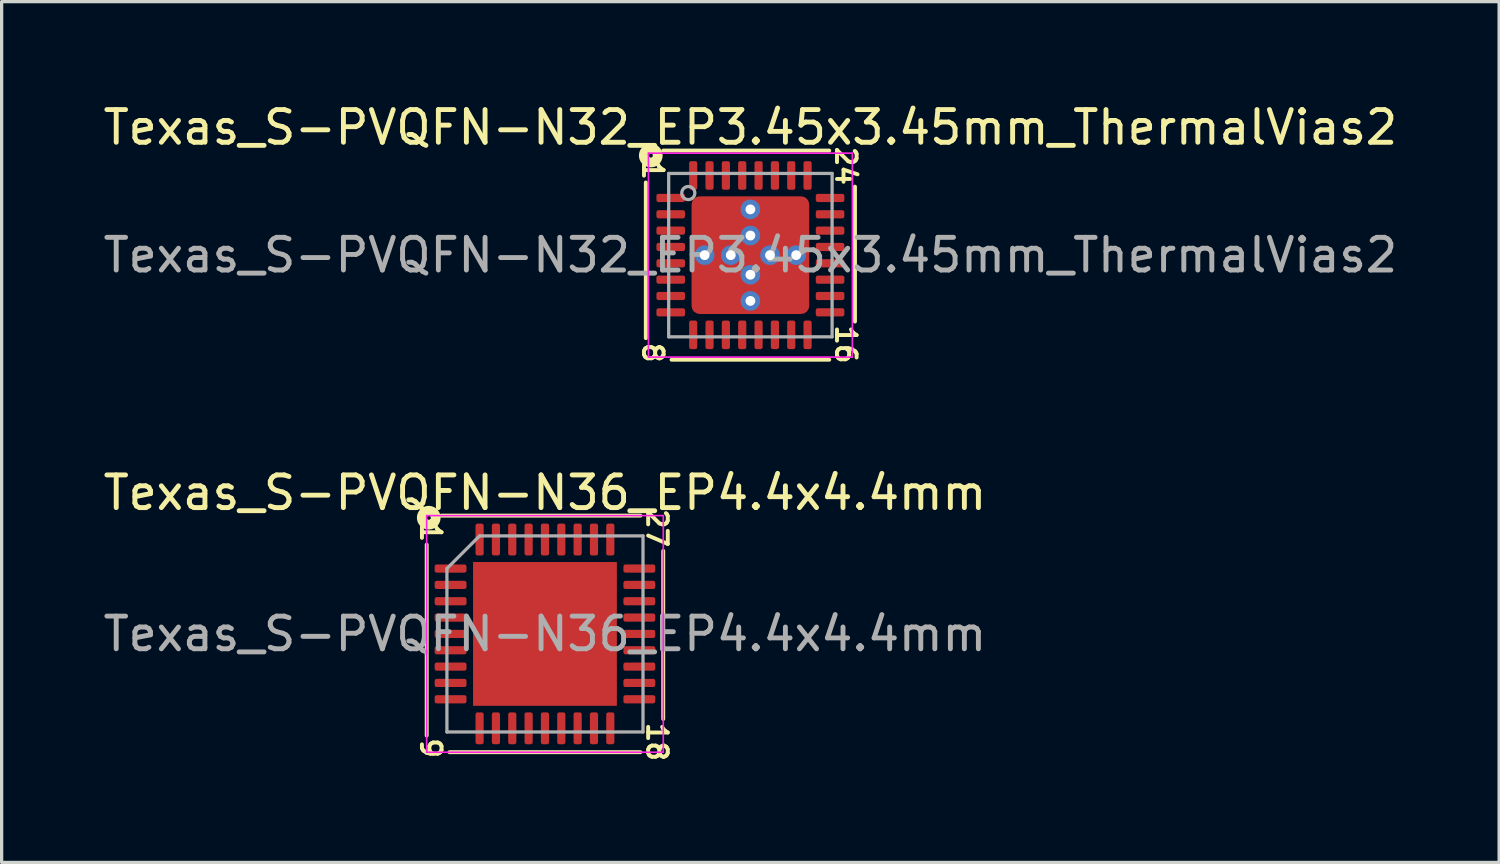
<source format=kicad_pcb>
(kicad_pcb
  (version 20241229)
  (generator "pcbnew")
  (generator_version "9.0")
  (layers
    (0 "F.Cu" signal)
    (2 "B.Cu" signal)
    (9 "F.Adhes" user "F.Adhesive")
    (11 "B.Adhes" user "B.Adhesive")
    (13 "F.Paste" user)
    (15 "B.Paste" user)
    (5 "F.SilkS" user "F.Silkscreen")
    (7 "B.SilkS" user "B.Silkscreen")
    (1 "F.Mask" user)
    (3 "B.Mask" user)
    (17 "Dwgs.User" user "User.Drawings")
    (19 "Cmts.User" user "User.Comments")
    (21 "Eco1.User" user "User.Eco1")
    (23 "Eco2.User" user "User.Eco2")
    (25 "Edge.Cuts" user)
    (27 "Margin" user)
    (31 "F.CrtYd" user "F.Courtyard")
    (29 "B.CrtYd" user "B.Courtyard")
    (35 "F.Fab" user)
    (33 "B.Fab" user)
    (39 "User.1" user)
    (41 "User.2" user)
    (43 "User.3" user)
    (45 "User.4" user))
  (footprint "Texas_S-PVQFN-N36_EP4.4x4.4mm"
    (layer "F.Cu")
    (at 13.625 16.347)
    (property "Reference" "Texas_S-PVQFN-N36_EP4.4x4.4mm" (at 0 -4.32 0) (layer "F.SilkS") (effects (font (size 1 1) (thickness 0.15))))
    (attr smd)
    (fp_line (start -3.619 -2.731) (end -3.619 3.111) (stroke (width 0.12) (type solid)) (layer "F.SilkS"))
    (fp_line (start -2.921 3.619) (end 2.921 3.619) (stroke (width 0.12) (type solid)) (layer "F.SilkS"))
    (fp_line (start 2.921 -3.619) (end -3.175 -3.619) (stroke (width 0.12) (type solid)) (layer "F.SilkS"))
    (fp_line (start 3.619 2.603) (end 3.619 -2.54) (stroke (width 0.12) (type solid)) (layer "F.SilkS"))
    (fp_circle (center -3.556 -3.556) (end -3.493 -3.556) (stroke (width 0.3) (type solid)) (fill no) (layer "F.SilkS"))
    (fp_line (start -3.62 -3.62) (end -3.62 3.62) (stroke (width 0.05) (type solid)) (layer "F.CrtYd"))
    (fp_line (start -3.62 3.62) (end 3.62 3.62) (stroke (width 0.05) (type solid)) (layer "F.CrtYd"))
    (fp_line (start 3.62 -3.62) (end -3.62 -3.62) (stroke (width 0.05) (type solid)) (layer "F.CrtYd"))
    (fp_line (start 3.62 3.62) (end 3.62 -3.62) (stroke (width 0.05) (type solid)) (layer "F.CrtYd"))
    (fp_line (start -3 -2) (end -2 -3) (stroke (width 0.1) (type solid)) (layer "F.Fab"))
    (fp_line (start -3 3) (end -3 -2) (stroke (width 0.1) (type solid)) (layer "F.Fab"))
    (fp_line (start -2 -3) (end 3 -3) (stroke (width 0.1) (type solid)) (layer "F.Fab"))
    (fp_line (start 3 -3) (end 3 3) (stroke (width 0.1) (type solid)) (layer "F.Fab"))
    (fp_line (start 3 3) (end -3 3) (stroke (width 0.1) (type solid)) (layer "F.Fab"))
    (fp_text user "18" (at 3.429 3.302 270) (unlocked yes) (layer "F.SilkS") (effects (font (size 0.6 0.6) (thickness 0.12))))
    (fp_text user "1" (at -3.493 -3.111 270) (unlocked yes) (layer "F.SilkS") (effects (font (size 0.6 0.6) (thickness 0.12))))
    (fp_text user "27" (at 3.429 -3.239 270) (unlocked yes) (layer "F.SilkS") (effects (font (size 0.6 0.6) (thickness 0.12))))
    (fp_text user "9" (at -3.493 3.493 270) (unlocked yes) (layer "F.SilkS") (effects (font (size 0.6 0.6) (thickness 0.12))))
    (fp_text user "${REFERENCE}" (at 0 0 0) (layer "F.Fab") (effects (font (size 1 1) (thickness 0.15))))
    (pad "" smd roundrect (at -1.47 -1.47) (size 1.18 1.18) (layers "F.Paste") (roundrect_rratio 0.212))
    (pad "" smd roundrect (at -1.47 0) (size 1.18 1.18) (layers "F.Paste") (roundrect_rratio 0.212))
    (pad "" smd roundrect (at -1.47 1.47) (size 1.18 1.18) (layers "F.Paste") (roundrect_rratio 0.212))
    (pad "" smd roundrect (at 0 -1.47) (size 1.18 1.18) (layers "F.Paste") (roundrect_rratio 0.212))
    (pad "" smd roundrect (at 0 0) (size 1.18 1.18) (layers "F.Paste") (roundrect_rratio 0.212))
    (pad "" smd roundrect (at 0 1.47) (size 1.18 1.18) (layers "F.Paste") (roundrect_rratio 0.212))
    (pad "" smd roundrect (at 1.47 -1.47) (size 1.18 1.18) (layers "F.Paste") (roundrect_rratio 0.212))
    (pad "" smd roundrect (at 1.47 0) (size 1.18 1.18) (layers "F.Paste") (roundrect_rratio 0.212))
    (pad "" smd roundrect (at 1.47 1.47) (size 1.18 1.18) (layers "F.Paste") (roundrect_rratio 0.212))
    (pad "1" smd roundrect (at -2.888 -2) (size 0.975 0.25) (layers "F.Cu" "F.Mask" "F.Paste") (roundrect_rratio 0.25))
    (pad "2" smd roundrect (at -2.888 -1.5) (size 0.975 0.25) (layers "F.Cu" "F.Mask" "F.Paste") (roundrect_rratio 0.25))
    (pad "3" smd roundrect (at -2.888 -1) (size 0.975 0.25) (layers "F.Cu" "F.Mask" "F.Paste") (roundrect_rratio 0.25))
    (pad "4" smd roundrect (at -2.888 -0.5) (size 0.975 0.25) (layers "F.Cu" "F.Mask" "F.Paste") (roundrect_rratio 0.25))
    (pad "5" smd roundrect (at -2.888 0) (size 0.975 0.25) (layers "F.Cu" "F.Mask" "F.Paste") (roundrect_rratio 0.25))
    (pad "6" smd roundrect (at -2.888 0.5) (size 0.975 0.25) (layers "F.Cu" "F.Mask" "F.Paste") (roundrect_rratio 0.25))
    (pad "7" smd roundrect (at -2.888 1) (size 0.975 0.25) (layers "F.Cu" "F.Mask" "F.Paste") (roundrect_rratio 0.25))
    (pad "8" smd roundrect (at -2.888 1.5) (size 0.975 0.25) (layers "F.Cu" "F.Mask" "F.Paste") (roundrect_rratio 0.25))
    (pad "9" smd roundrect (at -2.888 2) (size 0.975 0.25) (layers "F.Cu" "F.Mask" "F.Paste") (roundrect_rratio 0.25))
    (pad "10" smd roundrect (at -2 2.888) (size 0.25 0.975) (layers "F.Cu" "F.Mask" "F.Paste") (roundrect_rratio 0.25))
    (pad "11" smd roundrect (at -1.5 2.888) (size 0.25 0.975) (layers "F.Cu" "F.Mask" "F.Paste") (roundrect_rratio 0.25))
    (pad "12" smd roundrect (at -1 2.888) (size 0.25 0.975) (layers "F.Cu" "F.Mask" "F.Paste") (roundrect_rratio 0.25))
    (pad "13" smd roundrect (at -0.5 2.888) (size 0.25 0.975) (layers "F.Cu" "F.Mask" "F.Paste") (roundrect_rratio 0.25))
    (pad "14" smd roundrect (at 0 2.888) (size 0.25 0.975) (layers "F.Cu" "F.Mask" "F.Paste") (roundrect_rratio 0.25))
    (pad "15" smd roundrect (at 0.5 2.888) (size 0.25 0.975) (layers "F.Cu" "F.Mask" "F.Paste") (roundrect_rratio 0.25))
    (pad "16" smd roundrect (at 1 2.888) (size 0.25 0.975) (layers "F.Cu" "F.Mask" "F.Paste") (roundrect_rratio 0.25))
    (pad "17" smd roundrect (at 1.5 2.888) (size 0.25 0.975) (layers "F.Cu" "F.Mask" "F.Paste") (roundrect_rratio 0.25))
    (pad "18" smd roundrect (at 2 2.888) (size 0.25 0.975) (layers "F.Cu" "F.Mask" "F.Paste") (roundrect_rratio 0.25))
    (pad "19" smd roundrect (at 2.888 2) (size 0.975 0.25) (layers "F.Cu" "F.Mask" "F.Paste") (roundrect_rratio 0.25))
    (pad "20" smd roundrect (at 2.888 1.5) (size 0.975 0.25) (layers "F.Cu" "F.Mask" "F.Paste") (roundrect_rratio 0.25))
    (pad "21" smd roundrect (at 2.888 1) (size 0.975 0.25) (layers "F.Cu" "F.Mask" "F.Paste") (roundrect_rratio 0.25))
    (pad "22" smd roundrect (at 2.888 0.5) (size 0.975 0.25) (layers "F.Cu" "F.Mask" "F.Paste") (roundrect_rratio 0.25))
    (pad "23" smd roundrect (at 2.888 0) (size 0.975 0.25) (layers "F.Cu" "F.Mask" "F.Paste") (roundrect_rratio 0.25))
    (pad "24" smd roundrect (at 2.888 -0.5) (size 0.975 0.25) (layers "F.Cu" "F.Mask" "F.Paste") (roundrect_rratio 0.25))
    (pad "25" smd roundrect (at 2.888 -1) (size 0.975 0.25) (layers "F.Cu" "F.Mask" "F.Paste") (roundrect_rratio 0.25))
    (pad "26" smd roundrect (at 2.888 -1.5) (size 0.975 0.25) (layers "F.Cu" "F.Mask" "F.Paste") (roundrect_rratio 0.25))
    (pad "27" smd roundrect (at 2.888 -2) (size 0.975 0.25) (layers "F.Cu" "F.Mask" "F.Paste") (roundrect_rratio 0.25))
    (pad "28" smd roundrect (at 2 -2.888) (size 0.25 0.975) (layers "F.Cu" "F.Mask" "F.Paste") (roundrect_rratio 0.25))
    (pad "29" smd roundrect (at 1.5 -2.888) (size 0.25 0.975) (layers "F.Cu" "F.Mask" "F.Paste") (roundrect_rratio 0.25))
    (pad "30" smd roundrect (at 1 -2.888) (size 0.25 0.975) (layers "F.Cu" "F.Mask" "F.Paste") (roundrect_rratio 0.25))
    (pad "31" smd roundrect (at 0.5 -2.888) (size 0.25 0.975) (layers "F.Cu" "F.Mask" "F.Paste") (roundrect_rratio 0.25))
    (pad "32" smd roundrect (at 0 -2.888) (size 0.25 0.975) (layers "F.Cu" "F.Mask" "F.Paste") (roundrect_rratio 0.25))
    (pad "33" smd roundrect (at -0.5 -2.888) (size 0.25 0.975) (layers "F.Cu" "F.Mask" "F.Paste") (roundrect_rratio 0.25))
    (pad "34" smd roundrect (at -1 -2.888) (size 0.25 0.975) (layers "F.Cu" "F.Mask" "F.Paste") (roundrect_rratio 0.25))
    (pad "35" smd roundrect (at -1.5 -2.888) (size 0.25 0.975) (layers "F.Cu" "F.Mask" "F.Paste") (roundrect_rratio 0.25))
    (pad "36" smd roundrect (at -2 -2.888) (size 0.25 0.975) (layers "F.Cu" "F.Mask" "F.Paste") (roundrect_rratio 0.25))
    (pad "37" smd rect (at 0 0) (size 4.4 4.4) (layers "F.Cu" "F.Mask")))
  (footprint "Texas_S-PVQFN-N32_EP3.45x3.45mm_ThermalVias2"
    (layer "F.Cu")
    (at 19.911 4.757)
    (property "Reference" "Texas_S-PVQFN-N32_EP3.45x3.45mm_ThermalVias2" (at 0 -3.909 0) (layer "F.SilkS") (effects (font (size 1 1) (thickness 0.15))))
    (attr smd)
    (fp_line (start -3.2 -2.223) (end -3.2 2.54) (stroke (width 0.12) (type solid)) (layer "F.SilkS"))
    (fp_line (start -2.413 3.2) (end 2.413 3.2) (stroke (width 0.12) (type solid)) (layer "F.SilkS"))
    (fp_line (start 2.413 -3.2) (end -2.667 -3.2) (stroke (width 0.12) (type solid)) (layer "F.SilkS"))
    (fp_line (start 3.2 2.032) (end 3.2 -2.095) (stroke (width 0.12) (type solid)) (layer "F.SilkS"))
    (fp_circle (center -3.048 -3.048) (end -2.985 -3.048) (stroke (width 0.3) (type solid)) (fill no) (layer "F.SilkS"))
    (fp_line (start -3.12 -3.12) (end -3.12 3.12) (stroke (width 0.05) (type solid)) (layer "F.CrtYd"))
    (fp_line (start -3.12 3.12) (end 3.12 3.12) (stroke (width 0.05) (type solid)) (layer "F.CrtYd"))
    (fp_line (start 3.12 -3.12) (end -3.12 -3.12) (stroke (width 0.05) (type solid)) (layer "F.CrtYd"))
    (fp_line (start 3.12 3.12) (end 3.12 -3.12) (stroke (width 0.05) (type solid)) (layer "F.CrtYd"))
    (fp_line (start -2.5 -2.5) (end 2.5 -2.5) (stroke (width 0.1) (type solid)) (layer "F.Fab"))
    (fp_line (start -2.5 2.5) (end -2.5 -2.5) (stroke (width 0.1) (type solid)) (layer "F.Fab"))
    (fp_line (start 2.5 -2.5) (end 2.5 2.5) (stroke (width 0.1) (type solid)) (layer "F.Fab"))
    (fp_line (start 2.5 2.5) (end -2.5 2.5) (stroke (width 0.1) (type solid)) (layer "F.Fab"))
    (fp_circle (center -1.9 -1.9) (end -1.7 -1.9) (stroke (width 0.1) (type solid)) (fill no) (layer "F.Fab"))
    (fp_text user "1" (at -2.985 -2.603 270) (unlocked yes) (layer "F.SilkS") (effects (font (size 0.6 0.6) (thickness 0.12))))
    (fp_text user "24" (at 2.921 -2.731 270) (unlocked yes) (layer "F.SilkS") (effects (font (size 0.6 0.6) (thickness 0.12))))
    (fp_text user "8" (at -2.985 2.985 270) (unlocked yes) (layer "F.SilkS") (effects (font (size 0.6 0.6) (thickness 0.12))))
    (fp_text user "16" (at 2.921 2.731 270) (unlocked yes) (layer "F.SilkS") (effects (font (size 0.6 0.6) (thickness 0.12))))
    (fp_text user "${REFERENCE}" (at 0 0 0) (layer "F.Fab") (effects (font (size 1 1) (thickness 0.15))))
    (pad "" smd roundrect (at -1.337 -1.337) (size 0.475 0.475) (layers "F.Paste") (roundrect_rratio 0.25))
    (pad "" smd roundrect (at -1.337 0.662) (size 0.475 0.475) (layers "F.Paste") (roundrect_rratio 0.25))
    (pad "" smd roundrect (at -1.337 -0.662) (size 0.475 0.475) (layers "F.Paste") (roundrect_rratio 0.25))
    (pad "" smd roundrect (at -1.337 1.337) (size 0.475 0.475) (layers "F.Paste") (roundrect_rratio 0.25))
    (pad "" smd roundrect (at -1 -1 270) (size 1.4 1.4) (layers "F.Mask") (roundrect_rratio 0.179))
    (pad "" smd roundrect (at -1 1 270) (size 1.4 1.4) (layers "F.Mask") (roundrect_rratio 0.179))
    (pad "" smd roundrect (at -0.662 -1.337) (size 0.475 0.475) (layers "F.Paste") (roundrect_rratio 0.25))
    (pad "" smd roundrect (at -0.662 -0.662) (size 0.475 0.475) (layers "F.Paste") (roundrect_rratio 0.25))
    (pad "" smd roundrect (at -0.662 0.662) (size 0.475 0.475) (layers "F.Paste") (roundrect_rratio 0.25))
    (pad "" smd roundrect (at -0.662 1.337) (size 0.475 0.475) (layers "F.Paste") (roundrect_rratio 0.25))
    (pad "" smd roundrect (at 0.662 -1.337) (size 0.475 0.475) (layers "F.Paste") (roundrect_rratio 0.25))
    (pad "" smd roundrect (at 0.662 -0.662) (size 0.475 0.475) (layers "F.Paste") (roundrect_rratio 0.25))
    (pad "" smd roundrect (at 0.662 0.662) (size 0.475 0.475) (layers "F.Paste") (roundrect_rratio 0.25))
    (pad "" smd roundrect (at 0.662 1.337) (size 0.475 0.475) (layers "F.Paste") (roundrect_rratio 0.25))
    (pad "" smd roundrect (at 1 -1 270) (size 1.4 1.4) (layers "F.Mask") (roundrect_rratio 0.179))
    (pad "" smd roundrect (at 1 1 270) (size 1.4 1.4) (layers "F.Mask") (roundrect_rratio 0.179))
    (pad "" smd roundrect (at 1.337 -1.337) (size 0.475 0.475) (layers "F.Paste") (roundrect_rratio 0.25))
    (pad "" smd roundrect (at 1.337 0.662) (size 0.475 0.475) (layers "F.Paste") (roundrect_rratio 0.25))
    (pad "" smd roundrect (at 1.337 -0.662) (size 0.475 0.475) (layers "F.Paste") (roundrect_rratio 0.25))
    (pad "" smd roundrect (at 1.337 1.337) (size 0.475 0.475) (layers "F.Paste") (roundrect_rratio 0.25))
    (pad "1" smd roundrect (at -2.438 -1.75) (size 0.875 0.25) (layers "F.Cu" "F.Mask" "F.Paste") (roundrect_rratio 0.25))
    (pad "2" smd roundrect (at -2.438 -1.25) (size 0.875 0.25) (layers "F.Cu" "F.Mask" "F.Paste") (roundrect_rratio 0.25))
    (pad "3" smd roundrect (at -2.438 -0.75) (size 0.875 0.25) (layers "F.Cu" "F.Mask" "F.Paste") (roundrect_rratio 0.25))
    (pad "4" smd roundrect (at -2.438 -0.25) (size 0.875 0.25) (layers "F.Cu" "F.Mask" "F.Paste") (roundrect_rratio 0.25))
    (pad "5" smd roundrect (at -2.438 0.25) (size 0.875 0.25) (layers "F.Cu" "F.Mask" "F.Paste") (roundrect_rratio 0.25))
    (pad "6" smd roundrect (at -2.438 0.75) (size 0.875 0.25) (layers "F.Cu" "F.Mask" "F.Paste") (roundrect_rratio 0.25))
    (pad "7" smd roundrect (at -2.438 1.25) (size 0.875 0.25) (layers "F.Cu" "F.Mask" "F.Paste") (roundrect_rratio 0.25))
    (pad "8" smd roundrect (at -2.438 1.75) (size 0.875 0.25) (layers "F.Cu" "F.Mask" "F.Paste") (roundrect_rratio 0.25))
    (pad "9" smd roundrect (at -1.75 2.438) (size 0.25 0.875) (layers "F.Cu" "F.Mask" "F.Paste") (roundrect_rratio 0.25))
    (pad "10" smd roundrect (at -1.25 2.438) (size 0.25 0.875) (layers "F.Cu" "F.Mask" "F.Paste") (roundrect_rratio 0.25))
    (pad "11" smd roundrect (at -0.75 2.438) (size 0.25 0.875) (layers "F.Cu" "F.Mask" "F.Paste") (roundrect_rratio 0.25))
    (pad "12" smd roundrect (at -0.25 2.438) (size 0.25 0.875) (layers "F.Cu" "F.Mask" "F.Paste") (roundrect_rratio 0.25))
    (pad "13" smd roundrect (at 0.25 2.438) (size 0.25 0.875) (layers "F.Cu" "F.Mask" "F.Paste") (roundrect_rratio 0.25))
    (pad "14" smd roundrect (at 0.75 2.438) (size 0.25 0.875) (layers "F.Cu" "F.Mask" "F.Paste") (roundrect_rratio 0.25))
    (pad "15" smd roundrect (at 1.25 2.438) (size 0.25 0.875) (layers "F.Cu" "F.Mask" "F.Paste") (roundrect_rratio 0.25))
    (pad "16" smd roundrect (at 1.75 2.438) (size 0.25 0.875) (layers "F.Cu" "F.Mask" "F.Paste") (roundrect_rratio 0.25))
    (pad "17" smd roundrect (at 2.438 1.75) (size 0.875 0.25) (layers "F.Cu" "F.Mask" "F.Paste") (roundrect_rratio 0.25))
    (pad "18" smd roundrect (at 2.438 1.25) (size 0.875 0.25) (layers "F.Cu" "F.Mask" "F.Paste") (roundrect_rratio 0.25))
    (pad "19" smd roundrect (at 2.438 0.75) (size 0.875 0.25) (layers "F.Cu" "F.Mask" "F.Paste") (roundrect_rratio 0.25))
    (pad "20" smd roundrect (at 2.438 0.25) (size 0.875 0.25) (layers "F.Cu" "F.Mask" "F.Paste") (roundrect_rratio 0.25))
    (pad "21" smd roundrect (at 2.438 -0.25) (size 0.875 0.25) (layers "F.Cu" "F.Mask" "F.Paste") (roundrect_rratio 0.25))
    (pad "22" smd roundrect (at 2.438 -0.75) (size 0.875 0.25) (layers "F.Cu" "F.Mask" "F.Paste") (roundrect_rratio 0.25))
    (pad "23" smd roundrect (at 2.438 -1.25) (size 0.875 0.25) (layers "F.Cu" "F.Mask" "F.Paste") (roundrect_rratio 0.25))
    (pad "24" smd roundrect (at 2.438 -1.75) (size 0.875 0.25) (layers "F.Cu" "F.Mask" "F.Paste") (roundrect_rratio 0.25))
    (pad "25" smd roundrect (at 1.75 -2.438) (size 0.25 0.875) (layers "F.Cu" "F.Mask" "F.Paste") (roundrect_rratio 0.25))
    (pad "26" smd roundrect (at 1.25 -2.438) (size 0.25 0.875) (layers "F.Cu" "F.Mask" "F.Paste") (roundrect_rratio 0.25))
    (pad "27" smd roundrect (at 0.75 -2.438) (size 0.25 0.875) (layers "F.Cu" "F.Mask" "F.Paste") (roundrect_rratio 0.25))
    (pad "28" smd roundrect (at 0.25 -2.438) (size 0.25 0.875) (layers "F.Cu" "F.Mask" "F.Paste") (roundrect_rratio 0.25))
    (pad "29" smd roundrect (at -0.25 -2.438) (size 0.25 0.875) (layers "F.Cu" "F.Mask" "F.Paste") (roundrect_rratio 0.25))
    (pad "30" smd roundrect (at -0.75 -2.438) (size 0.25 0.875) (layers "F.Cu" "F.Mask" "F.Paste") (roundrect_rratio 0.25))
    (pad "31" smd roundrect (at -1.25 -2.438) (size 0.25 0.875) (layers "F.Cu" "F.Mask" "F.Paste") (roundrect_rratio 0.25))
    (pad "32" smd roundrect (at -1.75 -2.438) (size 0.25 0.875) (layers "F.Cu" "F.Mask" "F.Paste") (roundrect_rratio 0.25))
    (pad "33" thru_hole circle (at -1.4 0 180) (size 0.6 0.6) (drill 0.3) (property pad_prop_heatsink) (layers "*.Cu" "*.Mask"))
    (pad "33" thru_hole circle (at -0.6 0 180) (size 0.6 0.6) (drill 0.3) (property pad_prop_heatsink) (layers "*.Cu" "*.Mask"))
    (pad "33" thru_hole circle (at 0 -1.4 180) (size 0.6 0.6) (drill 0.3) (property pad_prop_heatsink) (layers "*.Cu" "*.Mask"))
    (pad "33" thru_hole circle (at 0 -0.6 180) (size 0.6 0.6) (drill 0.3) (property pad_prop_heatsink) (layers "*.Cu" "*.Mask"))
    (pad "33" smd roundrect (at 0 0) (size 3.6 3.6) (layers "F.Cu") (roundrect_rratio 0.069))
    (pad "33" thru_hole circle (at 0 0.6 180) (size 0.6 0.6) (drill 0.3) (property pad_prop_heatsink) (layers "*.Cu" "*.Mask"))
    (pad "33" thru_hole circle (at 0 1.4 180) (size 0.6 0.6) (drill 0.3) (property pad_prop_heatsink) (layers "*.Cu" "*.Mask"))
    (pad "33" thru_hole circle (at 0.6 0 180) (size 0.6 0.6) (drill 0.3) (property pad_prop_heatsink) (layers "*.Cu" "*.Mask"))
    (pad "33" thru_hole circle (at 1.4 0 180) (size 0.6 0.6) (drill 0.3) (property pad_prop_heatsink) (layers "*.Cu" "*.Mask")))
  (gr_rect
    (start -3 -3)
    (end 42.821 23.34)
    (stroke (width 0.1) (type default))
    (fill no)
    (layer "Edge.Cuts")))
</source>
